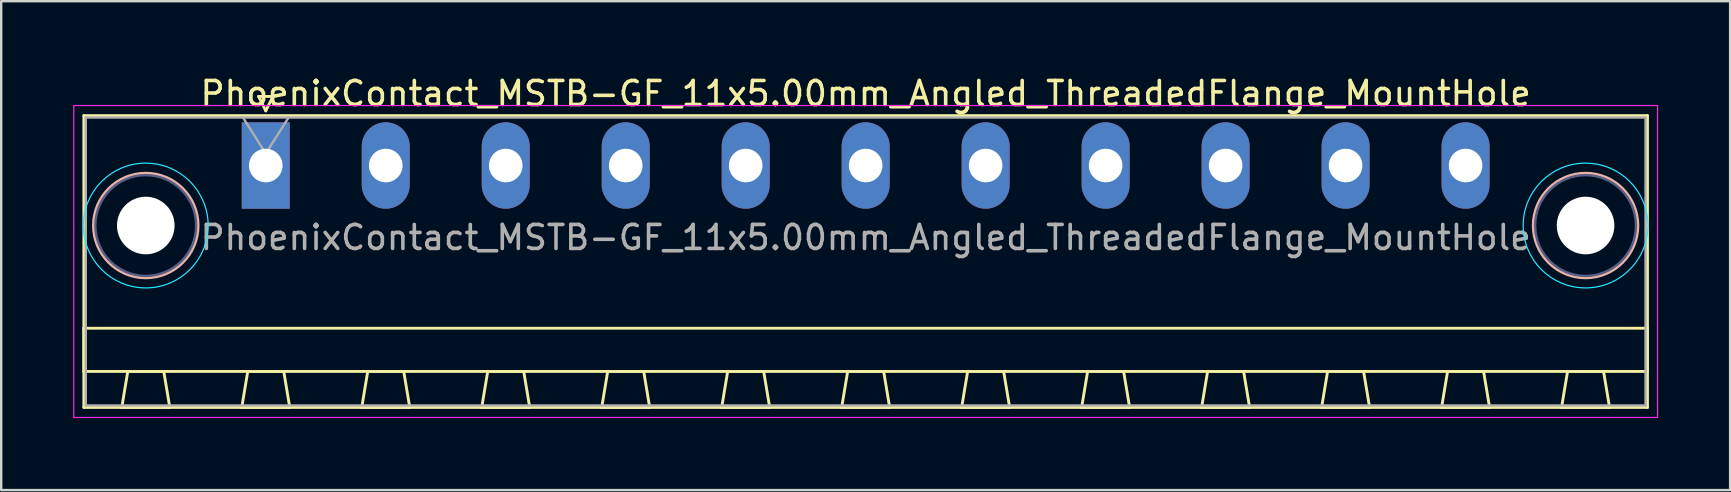
<source format=kicad_pcb>
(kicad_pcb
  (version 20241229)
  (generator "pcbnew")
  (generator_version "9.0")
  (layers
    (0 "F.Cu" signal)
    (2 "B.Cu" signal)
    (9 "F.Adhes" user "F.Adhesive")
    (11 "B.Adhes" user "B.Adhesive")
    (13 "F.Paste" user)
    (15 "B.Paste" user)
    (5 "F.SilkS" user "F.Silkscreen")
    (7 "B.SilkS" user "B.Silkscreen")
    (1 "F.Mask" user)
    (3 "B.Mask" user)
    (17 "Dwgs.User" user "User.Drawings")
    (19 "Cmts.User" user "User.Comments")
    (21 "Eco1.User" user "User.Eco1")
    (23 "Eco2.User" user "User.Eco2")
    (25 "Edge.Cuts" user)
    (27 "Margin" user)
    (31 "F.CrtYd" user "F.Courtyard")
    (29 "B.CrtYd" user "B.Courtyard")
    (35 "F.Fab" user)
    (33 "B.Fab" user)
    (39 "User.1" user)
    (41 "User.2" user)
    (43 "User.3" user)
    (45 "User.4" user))
  (footprint "PhoenixContact_MSTB-GF_11x5.00mm_Angled_ThreadedFlange_MountHole"
    (layer "F.Cu")
    (at 8.025 3.848)
    (property "Reference" "PhoenixContact_MSTB-GF_11x5.00mm_Angled_ThreadedFlange_MountHole" (at 25 -3 0) (layer "F.SilkS") (effects (font (size 1 1) (thickness 0.15))))
    (attr through_hole)
    (fp_line (start -7.58 -2.08) (end -7.58 10.08) (stroke (width 0.12) (type solid)) (layer "F.SilkS"))
    (fp_line (start -7.58 6.78) (end 57.58 6.78) (stroke (width 0.12) (type solid)) (layer "F.SilkS"))
    (fp_line (start -7.58 8.58) (end -7.58 6.78) (stroke (width 0.12) (type solid)) (layer "F.SilkS"))
    (fp_line (start -7.58 10.08) (end 57.58 10.08) (stroke (width 0.12) (type solid)) (layer "F.SilkS"))
    (fp_line (start -6 10.08) (end -4 10.08) (stroke (width 0.12) (type solid)) (layer "F.SilkS"))
    (fp_line (start -5.75 8.58) (end -6 10.08) (stroke (width 0.12) (type solid)) (layer "F.SilkS"))
    (fp_line (start -4.25 8.58) (end -5.75 8.58) (stroke (width 0.12) (type solid)) (layer "F.SilkS"))
    (fp_line (start -4 10.08) (end -4.25 8.58) (stroke (width 0.12) (type solid)) (layer "F.SilkS"))
    (fp_line (start -1 10.08) (end 1 10.08) (stroke (width 0.12) (type solid)) (layer "F.SilkS"))
    (fp_line (start -0.75 8.58) (end -1 10.08) (stroke (width 0.12) (type solid)) (layer "F.SilkS"))
    (fp_line (start -0.3 -2.88) (end 0.3 -2.88) (stroke (width 0.12) (type solid)) (layer "F.SilkS"))
    (fp_line (start 0 -2.28) (end -0.3 -2.88) (stroke (width 0.12) (type solid)) (layer "F.SilkS"))
    (fp_line (start 0.3 -2.88) (end 0 -2.28) (stroke (width 0.12) (type solid)) (layer "F.SilkS"))
    (fp_line (start 0.75 8.58) (end -0.75 8.58) (stroke (width 0.12) (type solid)) (layer "F.SilkS"))
    (fp_line (start 1 10.08) (end 0.75 8.58) (stroke (width 0.12) (type solid)) (layer "F.SilkS"))
    (fp_line (start 4 10.08) (end 6 10.08) (stroke (width 0.12) (type solid)) (layer "F.SilkS"))
    (fp_line (start 4.25 8.58) (end 4 10.08) (stroke (width 0.12) (type solid)) (layer "F.SilkS"))
    (fp_line (start 5.75 8.58) (end 4.25 8.58) (stroke (width 0.12) (type solid)) (layer "F.SilkS"))
    (fp_line (start 6 10.08) (end 5.75 8.58) (stroke (width 0.12) (type solid)) (layer "F.SilkS"))
    (fp_line (start 9 10.08) (end 11 10.08) (stroke (width 0.12) (type solid)) (layer "F.SilkS"))
    (fp_line (start 9.25 8.58) (end 9 10.08) (stroke (width 0.12) (type solid)) (layer "F.SilkS"))
    (fp_line (start 10.75 8.58) (end 9.25 8.58) (stroke (width 0.12) (type solid)) (layer "F.SilkS"))
    (fp_line (start 11 10.08) (end 10.75 8.58) (stroke (width 0.12) (type solid)) (layer "F.SilkS"))
    (fp_line (start 14 10.08) (end 16 10.08) (stroke (width 0.12) (type solid)) (layer "F.SilkS"))
    (fp_line (start 14.25 8.58) (end 14 10.08) (stroke (width 0.12) (type solid)) (layer "F.SilkS"))
    (fp_line (start 15.75 8.58) (end 14.25 8.58) (stroke (width 0.12) (type solid)) (layer "F.SilkS"))
    (fp_line (start 16 10.08) (end 15.75 8.58) (stroke (width 0.12) (type solid)) (layer "F.SilkS"))
    (fp_line (start 19 10.08) (end 21 10.08) (stroke (width 0.12) (type solid)) (layer "F.SilkS"))
    (fp_line (start 19.25 8.58) (end 19 10.08) (stroke (width 0.12) (type solid)) (layer "F.SilkS"))
    (fp_line (start 20.75 8.58) (end 19.25 8.58) (stroke (width 0.12) (type solid)) (layer "F.SilkS"))
    (fp_line (start 21 10.08) (end 20.75 8.58) (stroke (width 0.12) (type solid)) (layer "F.SilkS"))
    (fp_line (start 24 10.08) (end 26 10.08) (stroke (width 0.12) (type solid)) (layer "F.SilkS"))
    (fp_line (start 24.25 8.58) (end 24 10.08) (stroke (width 0.12) (type solid)) (layer "F.SilkS"))
    (fp_line (start 25.75 8.58) (end 24.25 8.58) (stroke (width 0.12) (type solid)) (layer "F.SilkS"))
    (fp_line (start 26 10.08) (end 25.75 8.58) (stroke (width 0.12) (type solid)) (layer "F.SilkS"))
    (fp_line (start 29 10.08) (end 31 10.08) (stroke (width 0.12) (type solid)) (layer "F.SilkS"))
    (fp_line (start 29.25 8.58) (end 29 10.08) (stroke (width 0.12) (type solid)) (layer "F.SilkS"))
    (fp_line (start 30.75 8.58) (end 29.25 8.58) (stroke (width 0.12) (type solid)) (layer "F.SilkS"))
    (fp_line (start 31 10.08) (end 30.75 8.58) (stroke (width 0.12) (type solid)) (layer "F.SilkS"))
    (fp_line (start 34 10.08) (end 36 10.08) (stroke (width 0.12) (type solid)) (layer "F.SilkS"))
    (fp_line (start 34.25 8.58) (end 34 10.08) (stroke (width 0.12) (type solid)) (layer "F.SilkS"))
    (fp_line (start 35.75 8.58) (end 34.25 8.58) (stroke (width 0.12) (type solid)) (layer "F.SilkS"))
    (fp_line (start 36 10.08) (end 35.75 8.58) (stroke (width 0.12) (type solid)) (layer "F.SilkS"))
    (fp_line (start 39 10.08) (end 41 10.08) (stroke (width 0.12) (type solid)) (layer "F.SilkS"))
    (fp_line (start 39.25 8.58) (end 39 10.08) (stroke (width 0.12) (type solid)) (layer "F.SilkS"))
    (fp_line (start 40.75 8.58) (end 39.25 8.58) (stroke (width 0.12) (type solid)) (layer "F.SilkS"))
    (fp_line (start 41 10.08) (end 40.75 8.58) (stroke (width 0.12) (type solid)) (layer "F.SilkS"))
    (fp_line (start 44 10.08) (end 46 10.08) (stroke (width 0.12) (type solid)) (layer "F.SilkS"))
    (fp_line (start 44.25 8.58) (end 44 10.08) (stroke (width 0.12) (type solid)) (layer "F.SilkS"))
    (fp_line (start 45.75 8.58) (end 44.25 8.58) (stroke (width 0.12) (type solid)) (layer "F.SilkS"))
    (fp_line (start 46 10.08) (end 45.75 8.58) (stroke (width 0.12) (type solid)) (layer "F.SilkS"))
    (fp_line (start 49 10.08) (end 51 10.08) (stroke (width 0.12) (type solid)) (layer "F.SilkS"))
    (fp_line (start 49.25 8.58) (end 49 10.08) (stroke (width 0.12) (type solid)) (layer "F.SilkS"))
    (fp_line (start 50.75 8.58) (end 49.25 8.58) (stroke (width 0.12) (type solid)) (layer "F.SilkS"))
    (fp_line (start 51 10.08) (end 50.75 8.58) (stroke (width 0.12) (type solid)) (layer "F.SilkS"))
    (fp_line (start 54 10.08) (end 56 10.08) (stroke (width 0.12) (type solid)) (layer "F.SilkS"))
    (fp_line (start 54.25 8.58) (end 54 10.08) (stroke (width 0.12) (type solid)) (layer "F.SilkS"))
    (fp_line (start 55.75 8.58) (end 54.25 8.58) (stroke (width 0.12) (type solid)) (layer "F.SilkS"))
    (fp_line (start 56 10.08) (end 55.75 8.58) (stroke (width 0.12) (type solid)) (layer "F.SilkS"))
    (fp_line (start 57.58 -2.08) (end -7.58 -2.08) (stroke (width 0.12) (type solid)) (layer "F.SilkS"))
    (fp_line (start 57.58 6.78) (end 57.58 8.58) (stroke (width 0.12) (type solid)) (layer "F.SilkS"))
    (fp_line (start 57.58 8.58) (end -7.58 8.58) (stroke (width 0.12) (type solid)) (layer "F.SilkS"))
    (fp_line (start 57.58 10.08) (end 57.58 -2.08) (stroke (width 0.12) (type solid)) (layer "F.SilkS"))
    (fp_circle (center -5 2.5) (end -2.82 2.5) (stroke (width 0.12) (type solid)) (fill no) (layer "B.SilkS"))
    (fp_circle (center 55 2.5) (end 57.18 2.5) (stroke (width 0.12) (type solid)) (fill no) (layer "B.SilkS"))
    (fp_circle (center -5 2.5) (end -2.4 2.5) (stroke (width 0.05) (type solid)) (fill no) (layer "B.CrtYd"))
    (fp_circle (center 55 2.5) (end 57.6 2.5) (stroke (width 0.05) (type solid)) (fill no) (layer "B.CrtYd"))
    (fp_line (start -8 -2.5) (end -8 10.5) (stroke (width 0.05) (type solid)) (layer "F.CrtYd"))
    (fp_line (start -8 10.5) (end 58 10.5) (stroke (width 0.05) (type solid)) (layer "F.CrtYd"))
    (fp_line (start 58 -2.5) (end -8 -2.5) (stroke (width 0.05) (type solid)) (layer "F.CrtYd"))
    (fp_line (start 58 10.5) (end 58 -2.5) (stroke (width 0.05) (type solid)) (layer "F.CrtYd"))
    (fp_circle (center -5 2.5) (end -2.9 2.5) (stroke (width 0.1) (type solid)) (fill no) (layer "B.Fab"))
    (fp_circle (center 55 2.5) (end 57.1 2.5) (stroke (width 0.1) (type solid)) (fill no) (layer "B.Fab"))
    (fp_line (start -7.5 -2) (end -7.5 10) (stroke (width 0.1) (type solid)) (layer "F.Fab"))
    (fp_line (start -7.5 10) (end 57.5 10) (stroke (width 0.1) (type solid)) (layer "F.Fab"))
    (fp_line (start 0 -0.5) (end -0.95 -2) (stroke (width 0.1) (type solid)) (layer "F.Fab"))
    (fp_line (start 0.95 -2) (end 0 -0.5) (stroke (width 0.1) (type solid)) (layer "F.Fab"))
    (fp_line (start 57.5 -2) (end -7.5 -2) (stroke (width 0.1) (type solid)) (layer "F.Fab"))
    (fp_line (start 57.5 10) (end 57.5 -2) (stroke (width 0.1) (type solid)) (layer "F.Fab"))
    (fp_text user "${REFERENCE}" (at 25 3 0) (layer "F.Fab") (effects (font (size 1 1) (thickness 0.15))))
    (pad "" np_thru_hole circle (at -5 2.5) (size 2.4 2.4) (drill 2.4) (layers "*.Cu" "*.Mask"))
    (pad "" np_thru_hole circle (at 55 2.5) (size 2.4 2.4) (drill 2.4) (layers "*.Cu" "*.Mask"))
    (pad "1" thru_hole rect (at 0 0) (size 2 3.6) (drill 1.4) (layers "*.Cu" "*.Mask"))
    (pad "2" thru_hole oval (at 5 0) (size 2 3.6) (drill 1.4) (layers "*.Cu" "*.Mask"))
    (pad "3" thru_hole oval (at 10 0) (size 2 3.6) (drill 1.4) (layers "*.Cu" "*.Mask"))
    (pad "4" thru_hole oval (at 15 0) (size 2 3.6) (drill 1.4) (layers "*.Cu" "*.Mask"))
    (pad "5" thru_hole oval (at 20 0) (size 2 3.6) (drill 1.4) (layers "*.Cu" "*.Mask"))
    (pad "6" thru_hole oval (at 25 0) (size 2 3.6) (drill 1.4) (layers "*.Cu" "*.Mask"))
    (pad "7" thru_hole oval (at 30 0) (size 2 3.6) (drill 1.4) (layers "*.Cu" "*.Mask"))
    (pad "8" thru_hole oval (at 35 0) (size 2 3.6) (drill 1.4) (layers "*.Cu" "*.Mask"))
    (pad "9" thru_hole oval (at 40 0) (size 2 3.6) (drill 1.4) (layers "*.Cu" "*.Mask"))
    (pad "10" thru_hole oval (at 45 0) (size 2 3.6) (drill 1.4) (layers "*.Cu" "*.Mask"))
    (pad "11" thru_hole oval (at 50 0) (size 2 3.6) (drill 1.4) (layers "*.Cu" "*.Mask")))
  (gr_rect
    (start -3 -3)
    (end 69.05 17.373)
    (stroke (width 0.1) (type default))
    (fill no)
    (layer "Edge.Cuts")))
</source>
